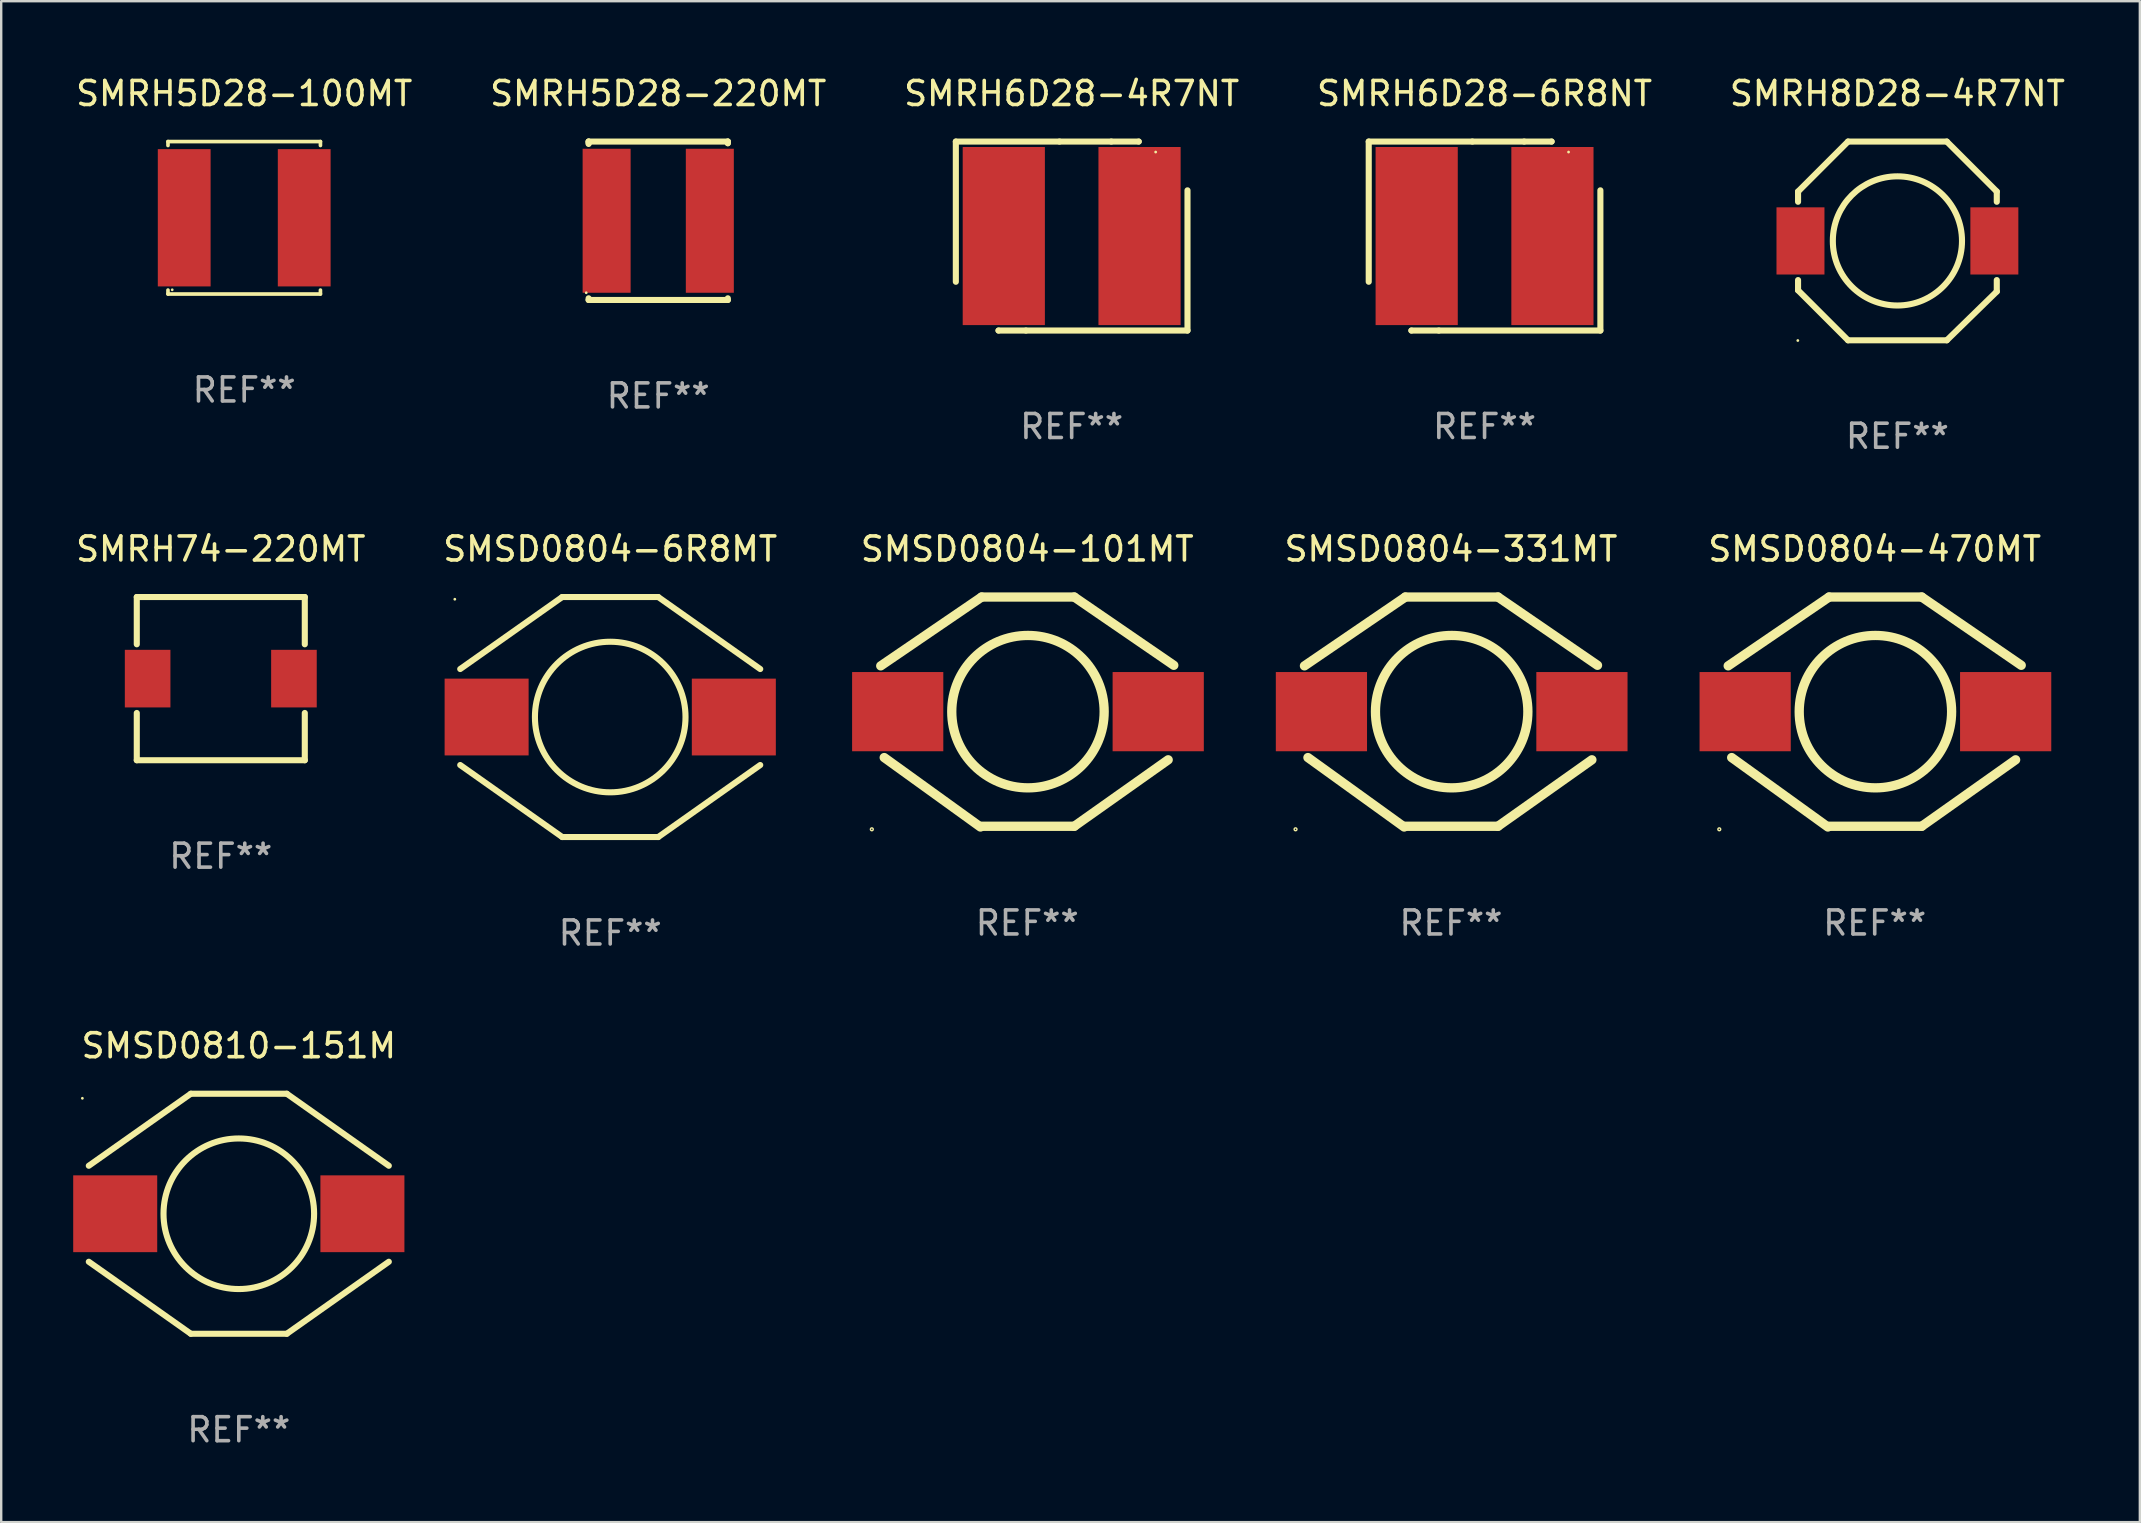
<source format=kicad_pcb>
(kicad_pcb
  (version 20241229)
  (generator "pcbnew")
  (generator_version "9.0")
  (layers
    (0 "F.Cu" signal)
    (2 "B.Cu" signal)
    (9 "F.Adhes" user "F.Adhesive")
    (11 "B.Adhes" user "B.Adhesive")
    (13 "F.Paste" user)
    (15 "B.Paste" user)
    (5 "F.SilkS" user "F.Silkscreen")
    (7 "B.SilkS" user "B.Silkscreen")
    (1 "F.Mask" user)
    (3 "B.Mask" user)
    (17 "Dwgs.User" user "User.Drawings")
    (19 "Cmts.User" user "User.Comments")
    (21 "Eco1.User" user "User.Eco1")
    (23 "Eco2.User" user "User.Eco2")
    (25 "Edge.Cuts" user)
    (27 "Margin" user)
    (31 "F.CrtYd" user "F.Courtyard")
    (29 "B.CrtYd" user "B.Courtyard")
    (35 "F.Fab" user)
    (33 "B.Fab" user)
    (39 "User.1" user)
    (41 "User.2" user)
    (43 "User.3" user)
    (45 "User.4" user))
  (footprint "SMRH6D28-4R7NT"
    (layer "F.Cu")
    (at 41.601 6.785)
    (property "Reference" "SMRH6D28-4R7NT" (at 0 -5.937 0) (layer "F.SilkS") (effects (font (size 1 1) (thickness 0.15))))
    (attr through_hole)
    (fp_line (start -4.826 -3.937) (end -0.508 -3.937) (stroke (width 0.254) (type solid)) (layer "F.SilkS"))
    (fp_line (start -4.826 1.905) (end -4.826 -3.937) (stroke (width 0.254) (type solid)) (layer "F.SilkS"))
    (fp_line (start -3.048 3.937) (end -3.048 3.937) (stroke (width 0.254) (type solid)) (layer "F.SilkS"))
    (fp_line (start -1.905 3.937) (end -3.048 3.937) (stroke (width 0.254) (type solid)) (layer "F.SilkS"))
    (fp_line (start -0.508 -3.937) (end 1.651 -3.937) (stroke (width 0.254) (type solid)) (layer "F.SilkS"))
    (fp_line (start 1.651 -3.937) (end 2.794 -3.937) (stroke (width 0.254) (type solid)) (layer "F.SilkS"))
    (fp_line (start 2.794 -3.937) (end 2.794 -3.937) (stroke (width 0.254) (type solid)) (layer "F.SilkS"))
    (fp_line (start 4.826 -1.905) (end 4.826 3.937) (stroke (width 0.254) (type solid)) (layer "F.SilkS"))
    (fp_line (start 4.826 3.937) (end -1.905 3.937) (stroke (width 0.254) (type solid)) (layer "F.SilkS"))
    (fp_circle (center 3.5 -3.5) (end 3.53 -3.5) (stroke (width 0.06) (type solid)) (fill no) (layer "F.SilkS"))
    (fp_text user "REF**" (at 0 7.937 0) (layer "F.Fab") (effects (font (size 1 1) (thickness 0.15))))
    (pad "1" smd rect (at 2.828 0) (size 3.424 7.42) (layers "F.Cu" "F.Mask" "F.Paste"))
    (pad "2" smd rect (at -2.828 0) (size 3.424 7.42) (layers "F.Cu" "F.Mask" "F.Paste")))
  (footprint "SMRH5D28-220MT"
    (layer "F.Cu")
    (at 24.375 6.148)
    (property "Reference" "SMRH5D28-220MT" (at 0 -5.3 0) (layer "F.SilkS") (effects (font (size 1 1) (thickness 0.15))))
    (attr through_hole)
    (fp_line (start -2.9 -3.3) (end -2.9 -3.231) (stroke (width 0.254) (type solid)) (layer "F.SilkS"))
    (fp_line (start -2.9 -3.3) (end -2.9 -3.2) (stroke (width 0.254) (type solid)) (layer "F.SilkS"))
    (fp_line (start -2.9 3.231) (end -2.9 3.3) (stroke (width 0.254) (type solid)) (layer "F.SilkS"))
    (fp_line (start -2.9 3.3) (end 2.9 3.3) (stroke (width 0.254) (type solid)) (layer "F.SilkS"))
    (fp_line (start 2.9 -3.3) (end -2.9 -3.3) (stroke (width 0.254) (type solid)) (layer "F.SilkS"))
    (fp_line (start 2.9 -3.3) (end 2.9 -3.231) (stroke (width 0.254) (type solid)) (layer "F.SilkS"))
    (fp_line (start 2.9 -3.231) (end 2.9 -3.3) (stroke (width 0.254) (type solid)) (layer "F.SilkS"))
    (fp_line (start 2.9 3.3) (end 2.9 3.231) (stroke (width 0.254) (type solid)) (layer "F.SilkS"))
    (fp_circle (center -3 3) (end -2.97 3) (stroke (width 0.06) (type solid)) (fill no) (layer "F.SilkS"))
    (fp_text user "REF**" (at 0 7.3 0) (layer "F.Fab") (effects (font (size 1 1) (thickness 0.15))))
    (pad "1" smd rect (at -2.15 0 90) (size 6 2) (layers "F.Cu" "F.Mask" "F.Paste"))
    (pad "2" smd rect (at 2.15 0 90) (size 6 2) (layers "F.Cu" "F.Mask" "F.Paste")))
  (footprint "SMSD0810-151M"
    (layer "F.Cu")
    (at 6.9 47.521)
    (property "Reference" "SMSD0810-151M" (at 0 -7 0) (layer "F.SilkS") (effects (font (size 1 1) (thickness 0.15))))
    (attr through_hole)
    (fp_line (start -6.25 -2) (end -2 -5) (stroke (width 0.254) (type solid)) (layer "F.SilkS"))
    (fp_line (start -2 -5) (end 2 -5) (stroke (width 0.254) (type solid)) (layer "F.SilkS"))
    (fp_line (start -2 5) (end -6.25 2) (stroke (width 0.254) (type solid)) (layer "F.SilkS"))
    (fp_line (start 2 -5) (end 6.25 -2) (stroke (width 0.254) (type solid)) (layer "F.SilkS"))
    (fp_line (start 2 5) (end -2 5) (stroke (width 0.254) (type solid)) (layer "F.SilkS"))
    (fp_line (start 6.25 2) (end 2 5) (stroke (width 0.254) (type solid)) (layer "F.SilkS"))
    (fp_circle (center -6.518 -4.811) (end -6.488 -4.811) (stroke (width 0.06) (type solid)) (fill no) (layer "F.SilkS"))
    (fp_circle (center 0 0.000127) (end 3.137 0.000127) (stroke (width 0.254) (type solid)) (fill no) (layer "F.SilkS"))
    (fp_text user "REF**" (at 0 9 0) (layer "F.Fab") (effects (font (size 1 1) (thickness 0.15))))
    (pad "1" smd rect (at -5.15 -0.000127) (size 3.5 3.2) (layers "F.Cu" "F.Mask" "F.Paste"))
    (pad "2" smd rect (at 5.15 0.000127) (size 3.5 3.2) (layers "F.Cu" "F.Mask" "F.Paste")))
  (footprint "SMSD0804-6R8MT"
    (layer "F.Cu")
    (at 22.375 26.825)
    (property "Reference" "SMSD0804-6R8MT" (at 0 -7 0) (layer "F.SilkS") (effects (font (size 1 1) (thickness 0.15))))
    (attr through_hole)
    (fp_line (start -6.25 -2) (end -2 -5) (stroke (width 0.254) (type solid)) (layer "F.SilkS"))
    (fp_line (start -2 -5) (end 2 -5) (stroke (width 0.254) (type solid)) (layer "F.SilkS"))
    (fp_line (start -2 5) (end -6.25 2) (stroke (width 0.254) (type solid)) (layer "F.SilkS"))
    (fp_line (start 2 -5) (end 6.25 -2) (stroke (width 0.254) (type solid)) (layer "F.SilkS"))
    (fp_line (start 2 5) (end -2 5) (stroke (width 0.254) (type solid)) (layer "F.SilkS"))
    (fp_line (start 6.25 2) (end 2 5) (stroke (width 0.254) (type solid)) (layer "F.SilkS"))
    (fp_circle (center -6.475 -4.908) (end -6.445 -4.908) (stroke (width 0.06) (type solid)) (fill no) (layer "F.SilkS"))
    (fp_circle (center 0 0.000127) (end 3.137 0.000127) (stroke (width 0.254) (type solid)) (fill no) (layer "F.SilkS"))
    (fp_text user "REF**" (at 0 9 0) (layer "F.Fab") (effects (font (size 1 1) (thickness 0.15))))
    (pad "1" smd rect (at -5.15 -0.000127) (size 3.5 3.2) (layers "F.Cu" "F.Mask" "F.Paste"))
    (pad "2" smd rect (at 5.15 0.000127) (size 3.5 3.2) (layers "F.Cu" "F.Mask" "F.Paste")))
  (footprint "SMRH74-220MT"
    (layer "F.Cu")
    (at 6.149 25.225)
    (property "Reference" "SMRH74-220MT" (at 0 -5.4 0) (layer "F.SilkS") (effects (font (size 1 1) (thickness 0.15))))
    (attr through_hole)
    (fp_line (start -3.5 -3.4) (end -3.5 -1.431) (stroke (width 0.254) (type solid)) (layer "F.SilkS"))
    (fp_line (start -3.5 1.431) (end -3.5 3.4) (stroke (width 0.254) (type solid)) (layer "F.SilkS"))
    (fp_line (start -3.5 3.4) (end 3.5 3.4) (stroke (width 0.254) (type solid)) (layer "F.SilkS"))
    (fp_line (start 3.5 -3.4) (end -3.5 -3.4) (stroke (width 0.254) (type solid)) (layer "F.SilkS"))
    (fp_line (start 3.5 -1.431) (end 3.5 -3.4) (stroke (width 0.254) (type solid)) (layer "F.SilkS"))
    (fp_line (start 3.5 3.4) (end 3.5 1.431) (stroke (width 0.254) (type solid)) (layer "F.SilkS"))
    (fp_circle (center 3.5 -3.4) (end 3.53 -3.4) (stroke (width 0.06) (type solid)) (fill no) (layer "F.SilkS"))
    (fp_text user "REF**" (at 0 7.4 0) (layer "F.Fab") (effects (font (size 1 1) (thickness 0.15))))
    (pad "1" smd rect (at 3.048 0) (size 1.9 2.4) (layers "F.Cu" "F.Mask" "F.Paste"))
    (pad "2" smd rect (at -3.048 0) (size 1.9 2.4) (layers "F.Cu" "F.Mask" "F.Paste")))
  (footprint "SMRH8D28-4R7NT"
    (layer "F.Cu")
    (at 76.006 6.988)
    (property "Reference" "SMRH8D28-4R7NT" (at 0 -6.14 0) (layer "F.SilkS") (effects (font (size 1 1) (thickness 0.15))))
    (attr through_hole)
    (fp_line (start -4.14 -2.057) (end -2.057 -4.14) (stroke (width 0.254) (type solid)) (layer "F.SilkS"))
    (fp_line (start -4.14 -1.631) (end -4.14 -2.057) (stroke (width 0.254) (type solid)) (layer "F.SilkS"))
    (fp_line (start -4.14 2.057) (end -4.14 1.631) (stroke (width 0.254) (type solid)) (layer "F.SilkS"))
    (fp_line (start -2.057 -4.14) (end 2.057 -4.14) (stroke (width 0.254) (type solid)) (layer "F.SilkS"))
    (fp_line (start -2.057 4.14) (end -4.14 2.057) (stroke (width 0.254) (type solid)) (layer "F.SilkS"))
    (fp_line (start 2.057 -4.14) (end 4.14 -2.057) (stroke (width 0.254) (type solid)) (layer "F.SilkS"))
    (fp_line (start 2.057 4.14) (end -2.057 4.14) (stroke (width 0.254) (type solid)) (layer "F.SilkS"))
    (fp_line (start 4.14 -2.057) (end 4.14 -1.631) (stroke (width 0.254) (type solid)) (layer "F.SilkS"))
    (fp_line (start 4.14 1.631) (end 4.14 2.108) (stroke (width 0.254) (type solid)) (layer "F.SilkS"))
    (fp_line (start 4.14 2.108) (end 2.057 4.14) (stroke (width 0.254) (type solid)) (layer "F.SilkS"))
    (fp_circle (center -4.15 4.15) (end -4.12 4.15) (stroke (width 0.06) (type solid)) (fill no) (layer "F.SilkS"))
    (fp_circle (center 0 0) (end 2.691 0) (stroke (width 0.254) (type solid)) (fill no) (layer "F.SilkS"))
    (fp_text user "REF**" (at 0 8.14 0) (layer "F.Fab") (effects (font (size 1 1) (thickness 0.15))))
    (pad "1" smd rect (at -4.039 0) (size 1.999 2.799) (layers "F.Cu" "F.Mask" "F.Paste"))
    (pad "2" smd rect (at 4.039 0) (size 1.999 2.799) (layers "F.Cu" "F.Mask" "F.Paste")))
  (footprint "SMSD0804-331MT"
    (layer "F.Cu")
    (at 57.405 26.616)
    (property "Reference" "SMSD0804-331MT" (at 0 -6.791 0) (layer "F.SilkS") (effects (font (size 1 1) (thickness 0.15))))
    (attr through_hole)
    (fp_line (start -6.105 -1.923) (end -1.901 -4.791) (stroke (width 0.387) (type solid)) (layer "F.SilkS"))
    (fp_line (start -1.95 4.791) (end -5.96 1.898) (stroke (width 0.387) (type solid)) (layer "F.SilkS"))
    (fp_line (start -1.901 -4.791) (end 1.959 -4.791) (stroke (width 0.387) (type solid)) (layer "F.SilkS"))
    (fp_line (start -1.901 4.76) (end 1.959 4.76) (stroke (width 0.387) (type solid)) (layer "F.SilkS"))
    (fp_line (start 1.959 -4.791) (end 6.105 -1.946) (stroke (width 0.387) (type solid)) (layer "F.SilkS"))
    (fp_line (start 5.871 1.991) (end 1.959 4.76) (stroke (width 0.387) (type solid)) (layer "F.SilkS"))
    (fp_circle (center -6.476 4.887) (end -6.447 4.887) (stroke (width 0.06) (type solid)) (fill no) (layer "F.SilkS"))
    (fp_circle (center 0.029 -0.015) (end 3.204 -0.015) (stroke (width 0.387) (type solid)) (fill no) (layer "F.SilkS"))
    (fp_text user "REF**" (at 0 8.791 0) (layer "F.Fab") (effects (font (size 1 1) (thickness 0.15))))
    (pad "1" smd rect (at -5.398 -0.015) (size 3.8 3.3) (layers "F.Cu" "F.Mask" "F.Paste"))
    (pad "2" smd rect (at 5.456 -0.015) (size 3.8 3.3) (layers "F.Cu" "F.Mask" "F.Paste")))
  (footprint "SMSD0804-470MT"
    (layer "F.Cu")
    (at 75.06 26.616)
    (property "Reference" "SMSD0804-470MT" (at 0 -6.791 0) (layer "F.SilkS") (effects (font (size 1 1) (thickness 0.15))))
    (attr through_hole)
    (fp_line (start -6.105 -1.923) (end -1.901 -4.791) (stroke (width 0.387) (type solid)) (layer "F.SilkS"))
    (fp_line (start -1.95 4.791) (end -5.96 1.898) (stroke (width 0.387) (type solid)) (layer "F.SilkS"))
    (fp_line (start -1.901 -4.791) (end 1.959 -4.791) (stroke (width 0.387) (type solid)) (layer "F.SilkS"))
    (fp_line (start -1.901 4.76) (end 1.959 4.76) (stroke (width 0.387) (type solid)) (layer "F.SilkS"))
    (fp_line (start 1.959 -4.791) (end 6.105 -1.946) (stroke (width 0.387) (type solid)) (layer "F.SilkS"))
    (fp_line (start 5.871 1.991) (end 1.959 4.76) (stroke (width 0.387) (type solid)) (layer "F.SilkS"))
    (fp_circle (center -6.476 4.887) (end -6.447 4.887) (stroke (width 0.06) (type solid)) (fill no) (layer "F.SilkS"))
    (fp_circle (center 0.029 -0.015) (end 3.204 -0.015) (stroke (width 0.387) (type solid)) (fill no) (layer "F.SilkS"))
    (fp_text user "REF**" (at 0 8.791 0) (layer "F.Fab") (effects (font (size 1 1) (thickness 0.15))))
    (pad "1" smd rect (at -5.398 -0.015) (size 3.8 3.3) (layers "F.Cu" "F.Mask" "F.Paste"))
    (pad "2" smd rect (at 5.456 -0.015) (size 3.8 3.3) (layers "F.Cu" "F.Mask" "F.Paste")))
  (footprint "SMRH6D28-6R8NT"
    (layer "F.Cu")
    (at 58.804 6.785)
    (property "Reference" "SMRH6D28-6R8NT" (at 0 -5.937 0) (layer "F.SilkS") (effects (font (size 1 1) (thickness 0.15))))
    (attr through_hole)
    (fp_line (start -4.826 -3.937) (end -0.508 -3.937) (stroke (width 0.254) (type solid)) (layer "F.SilkS"))
    (fp_line (start -4.826 1.905) (end -4.826 -3.937) (stroke (width 0.254) (type solid)) (layer "F.SilkS"))
    (fp_line (start -3.048 3.937) (end -3.048 3.937) (stroke (width 0.254) (type solid)) (layer "F.SilkS"))
    (fp_line (start -1.905 3.937) (end -3.048 3.937) (stroke (width 0.254) (type solid)) (layer "F.SilkS"))
    (fp_line (start -0.508 -3.937) (end 1.651 -3.937) (stroke (width 0.254) (type solid)) (layer "F.SilkS"))
    (fp_line (start 1.651 -3.937) (end 2.794 -3.937) (stroke (width 0.254) (type solid)) (layer "F.SilkS"))
    (fp_line (start 2.794 -3.937) (end 2.794 -3.937) (stroke (width 0.254) (type solid)) (layer "F.SilkS"))
    (fp_line (start 4.826 -1.905) (end 4.826 3.937) (stroke (width 0.254) (type solid)) (layer "F.SilkS"))
    (fp_line (start 4.826 3.937) (end -1.905 3.937) (stroke (width 0.254) (type solid)) (layer "F.SilkS"))
    (fp_circle (center 3.5 -3.5) (end 3.53 -3.5) (stroke (width 0.06) (type solid)) (fill no) (layer "F.SilkS"))
    (fp_text user "REF**" (at 0 7.937 0) (layer "F.Fab") (effects (font (size 1 1) (thickness 0.15))))
    (pad "1" smd rect (at 2.828 0) (size 3.424 7.42) (layers "F.Cu" "F.Mask" "F.Paste"))
    (pad "2" smd rect (at -2.828 0) (size 3.424 7.42) (layers "F.Cu" "F.Mask" "F.Paste")))
  (footprint "SMSD0804-101MT"
    (layer "F.Cu")
    (at 39.751 26.616)
    (property "Reference" "SMSD0804-101MT" (at 0 -6.791 0) (layer "F.SilkS") (effects (font (size 1 1) (thickness 0.15))))
    (attr through_hole)
    (fp_line (start -6.105 -1.923) (end -1.901 -4.791) (stroke (width 0.387) (type solid)) (layer "F.SilkS"))
    (fp_line (start -1.95 4.791) (end -5.96 1.898) (stroke (width 0.387) (type solid)) (layer "F.SilkS"))
    (fp_line (start -1.901 -4.791) (end 1.959 -4.791) (stroke (width 0.387) (type solid)) (layer "F.SilkS"))
    (fp_line (start -1.901 4.76) (end 1.959 4.76) (stroke (width 0.387) (type solid)) (layer "F.SilkS"))
    (fp_line (start 1.959 -4.791) (end 6.105 -1.946) (stroke (width 0.387) (type solid)) (layer "F.SilkS"))
    (fp_line (start 5.871 1.991) (end 1.959 4.76) (stroke (width 0.387) (type solid)) (layer "F.SilkS"))
    (fp_circle (center -6.476 4.887) (end -6.447 4.887) (stroke (width 0.06) (type solid)) (fill no) (layer "F.SilkS"))
    (fp_circle (center 0.029 -0.015) (end 3.204 -0.015) (stroke (width 0.387) (type solid)) (fill no) (layer "F.SilkS"))
    (fp_text user "REF**" (at 0 8.791 0) (layer "F.Fab") (effects (font (size 1 1) (thickness 0.15))))
    (pad "1" smd rect (at -5.398 -0.015) (size 3.8 3.3) (layers "F.Cu" "F.Mask" "F.Paste"))
    (pad "2" smd rect (at 5.456 -0.015) (size 3.8 3.3) (layers "F.Cu" "F.Mask" "F.Paste")))
  (footprint "SMRH5D28-100MT"
    (layer "F.Cu")
    (at 7.125 6.024)
    (property "Reference" "SMRH5D28-100MT" (at 0 -5.176 0) (layer "F.SilkS") (effects (font (size 1 1) (thickness 0.15))))
    (attr through_hole)
    (fp_line (start -3.176 -3.176) (end 3.176 -3.176) (stroke (width 0.152) (type solid)) (layer "F.SilkS"))
    (fp_line (start -3.176 -3.012) (end -3.176 -3.176) (stroke (width 0.152) (type solid)) (layer "F.SilkS"))
    (fp_line (start -3.176 3.012) (end -3.176 3.176) (stroke (width 0.152) (type solid)) (layer "F.SilkS"))
    (fp_line (start -3.176 3.176) (end 3.176 3.176) (stroke (width 0.152) (type solid)) (layer "F.SilkS"))
    (fp_line (start 3.176 -3.176) (end 3.176 -3.012) (stroke (width 0.152) (type solid)) (layer "F.SilkS"))
    (fp_line (start 3.176 3.176) (end 3.176 3.012) (stroke (width 0.152) (type solid)) (layer "F.SilkS"))
    (fp_circle (center -3 3) (end -2.97 3) (stroke (width 0.06) (type solid)) (fill no) (layer "F.SilkS"))
    (fp_text user "REF**" (at 0 7.176 0) (layer "F.Fab") (effects (font (size 1 1) (thickness 0.15))))
    (pad "1" smd rect (at -2.5 0) (size 2.2 5.72) (layers "F.Cu" "F.Mask" "F.Paste"))
    (pad "2" smd rect (at 2.5 0) (size 2.2 5.72) (layers "F.Cu" "F.Mask" "F.Paste")))
  (gr_rect
    (start -3 -3)
    (end 86.107 60.369)
    (stroke (width 0.1) (type default))
    (fill no)
    (layer "Edge.Cuts")))
</source>
